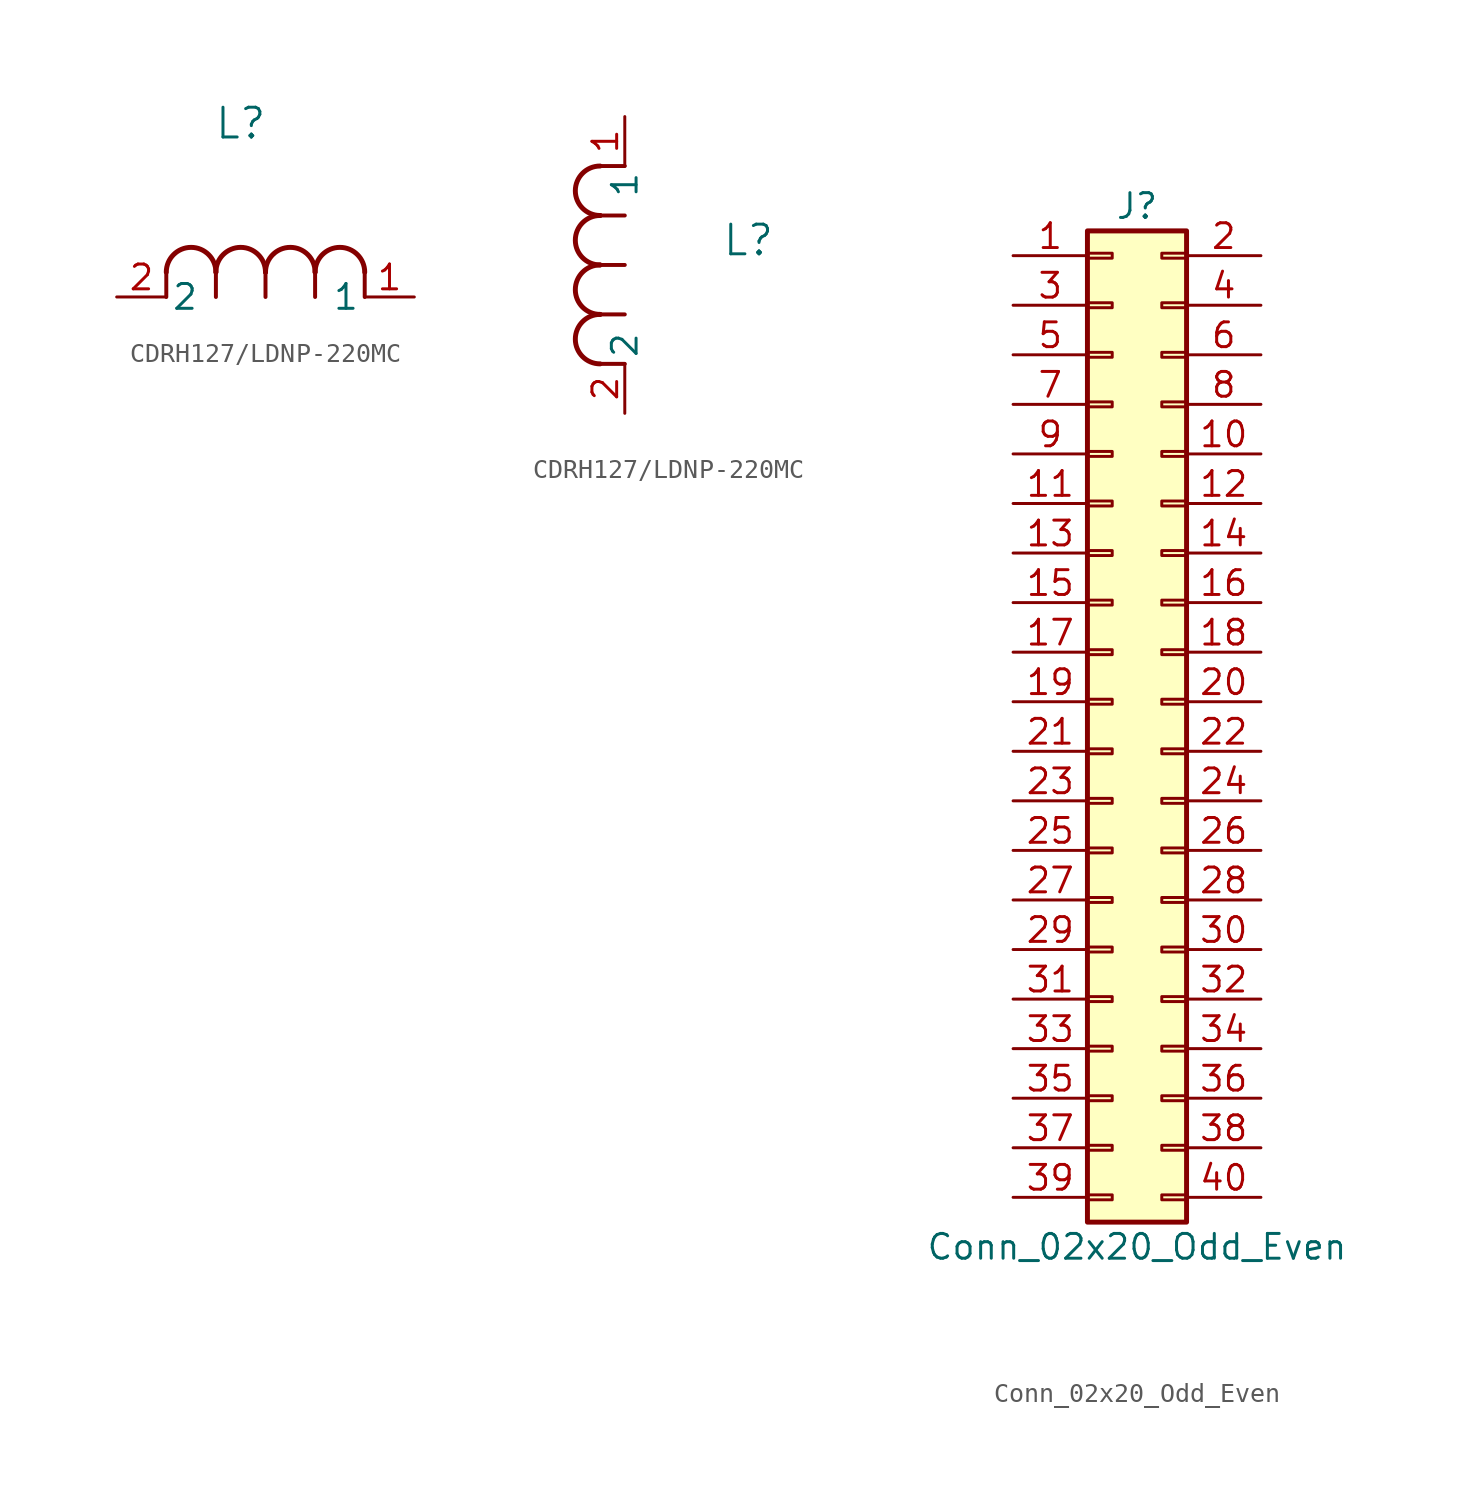
<source format=kicad_sym>
(kicad_symbol_lib
  (version 20241209)
  (generator "kicad_symbol_editor")
  (generator_version "9.0")
  (symbol "CDRH127/LDNP-220MC"
    (pin_names
      (offset 0.254))
    (property "Reference" "L"
      (at 6.35 8.89 0)
      (effects (font (size 1.524 1.524))))
    (symbol "CDRH127/LDNP-220MC_1_1"
      (polyline (pts (xy 2.54 0) (xy 2.54 1.27)) (stroke (width 0.203) (type default)) (fill (type none)))
      (arc (start 2.54 1.27) (mid 3.81 2.5345) (end 5.08 1.27) (stroke (width 0.254) (type default)) (fill (type none)))
      (polyline (pts (xy 5.08 0) (xy 5.08 1.27)) (stroke (width 0.203) (type default)) (fill (type none)))
      (arc (start 5.08 1.27) (mid 6.35 2.5345) (end 7.62 1.27) (stroke (width 0.254) (type default)) (fill (type none)))
      (polyline (pts (xy 7.62 0) (xy 7.62 1.27)) (stroke (width 0.203) (type default)) (fill (type none)))
      (arc (start 7.62 1.27) (mid 8.89 2.5345) (end 10.16 1.27) (stroke (width 0.254) (type default)) (fill (type none)))
      (polyline (pts (xy 10.16 0) (xy 10.16 1.27)) (stroke (width 0.203) (type default)) (fill (type none)))
      (arc (start 10.16 1.27) (mid 11.43 2.5345) (end 12.7 1.27) (stroke (width 0.254) (type default)) (fill (type none)))
      (polyline (pts (xy 12.7 0) (xy 12.7 1.27)) (stroke (width 0.203) (type default)) (fill (type none)))
      (pin unspecified line (at 0 0 0) (length 2.54) (name "2" (effects (font (size 1.27 1.27)))) (number "2" (effects (font (size 1.27 1.27)))))
      (pin unspecified line (at 15.24 0 180) (length 2.54) (name "1" (effects (font (size 1.27 1.27)))) (number "1" (effects (font (size 1.27 1.27))))))
    (symbol "CDRH127/LDNP-220MC_1_2"
      (arc (start -1.27 10.16) (mid -2.5345 11.43) (end -1.27 12.7) (stroke (width 0.254) (type default)) (fill (type none)))
      (arc (start -1.27 7.62) (mid -2.5345 8.89) (end -1.27 10.16) (stroke (width 0.254) (type default)) (fill (type none)))
      (arc (start -1.27 5.08) (mid -2.5345 6.35) (end -1.27 7.62) (stroke (width 0.254) (type default)) (fill (type none)))
      (arc (start -1.27 2.54) (mid -2.5345 3.81) (end -1.27 5.08) (stroke (width 0.254) (type default)) (fill (type none)))
      (polyline (pts (xy 0 12.7) (xy -1.27 12.7)) (stroke (width 0.203) (type default)) (fill (type none)))
      (polyline (pts (xy 0 10.16) (xy -1.27 10.16)) (stroke (width 0.203) (type default)) (fill (type none)))
      (polyline (pts (xy 0 7.62) (xy -1.27 7.62)) (stroke (width 0.203) (type default)) (fill (type none)))
      (polyline (pts (xy 0 5.08) (xy -1.27 5.08)) (stroke (width 0.203) (type default)) (fill (type none)))
      (polyline (pts (xy 0 2.54) (xy -1.27 2.54)) (stroke (width 0.203) (type default)) (fill (type none)))
      (pin unspecified line (at 0 15.24 270) (length 2.54) (name "1" (effects (font (size 1.27 1.27)))) (number "1" (effects (font (size 1.27 1.27)))))
      (pin unspecified line (at 0 0 90) (length 2.54) (name "2" (effects (font (size 1.27 1.27)))) (number "2" (effects (font (size 1.27 1.27)))))))
  (symbol "Conn_02x20_Odd_Even"
    (pin_names
      (offset 1.016)
      (hide yes))
    (property "Reference" "J"
      (at 1.27 25.4 0)
      (effects (font (size 1.27 1.27))))
    (property "Value" "Conn_02x20_Odd_Even"
      (at 1.27 -27.94 0)
      (effects (font (size 1.27 1.27))))
    (symbol "Conn_02x20_Odd_Even_1_1"
      (rectangle (start -1.27 24.13) (end 3.81 -26.67) (stroke (width 0.254) (type default)) (fill (type background)))
      (rectangle (start -1.27 22.987) (end 0 22.733) (stroke (width 0.152) (type default)) (fill (type none)))
      (rectangle (start -1.27 20.447) (end 0 20.193) (stroke (width 0.152) (type default)) (fill (type none)))
      (rectangle (start -1.27 17.907) (end 0 17.653) (stroke (width 0.152) (type default)) (fill (type none)))
      (rectangle (start -1.27 15.367) (end 0 15.113) (stroke (width 0.152) (type default)) (fill (type none)))
      (rectangle (start -1.27 12.827) (end 0 12.573) (stroke (width 0.152) (type default)) (fill (type none)))
      (rectangle (start -1.27 10.287) (end 0 10.033) (stroke (width 0.152) (type default)) (fill (type none)))
      (rectangle (start -1.27 7.747) (end 0 7.493) (stroke (width 0.152) (type default)) (fill (type none)))
      (rectangle (start -1.27 5.207) (end 0 4.953) (stroke (width 0.152) (type default)) (fill (type none)))
      (rectangle (start -1.27 2.667) (end 0 2.413) (stroke (width 0.152) (type default)) (fill (type none)))
      (rectangle (start -1.27 0.127) (end 0 -0.127) (stroke (width 0.152) (type default)) (fill (type none)))
      (rectangle (start -1.27 -2.413) (end 0 -2.667) (stroke (width 0.152) (type default)) (fill (type none)))
      (rectangle (start -1.27 -4.953) (end 0 -5.207) (stroke (width 0.152) (type default)) (fill (type none)))
      (rectangle (start -1.27 -7.493) (end 0 -7.747) (stroke (width 0.152) (type default)) (fill (type none)))
      (rectangle (start -1.27 -10.033) (end 0 -10.287) (stroke (width 0.152) (type default)) (fill (type none)))
      (rectangle (start -1.27 -12.573) (end 0 -12.827) (stroke (width 0.152) (type default)) (fill (type none)))
      (rectangle (start -1.27 -15.113) (end 0 -15.367) (stroke (width 0.152) (type default)) (fill (type none)))
      (rectangle (start -1.27 -17.653) (end 0 -17.907) (stroke (width 0.152) (type default)) (fill (type none)))
      (rectangle (start -1.27 -20.193) (end 0 -20.447) (stroke (width 0.152) (type default)) (fill (type none)))
      (rectangle (start -1.27 -22.733) (end 0 -22.987) (stroke (width 0.152) (type default)) (fill (type none)))
      (rectangle (start -1.27 -25.273) (end 0 -25.527) (stroke (width 0.152) (type default)) (fill (type none)))
      (rectangle (start 3.81 22.987) (end 2.54 22.733) (stroke (width 0.152) (type default)) (fill (type none)))
      (rectangle (start 3.81 20.447) (end 2.54 20.193) (stroke (width 0.152) (type default)) (fill (type none)))
      (rectangle (start 3.81 17.907) (end 2.54 17.653) (stroke (width 0.152) (type default)) (fill (type none)))
      (rectangle (start 3.81 15.367) (end 2.54 15.113) (stroke (width 0.152) (type default)) (fill (type none)))
      (rectangle (start 3.81 12.827) (end 2.54 12.573) (stroke (width 0.152) (type default)) (fill (type none)))
      (rectangle (start 3.81 10.287) (end 2.54 10.033) (stroke (width 0.152) (type default)) (fill (type none)))
      (rectangle (start 3.81 7.747) (end 2.54 7.493) (stroke (width 0.152) (type default)) (fill (type none)))
      (rectangle (start 3.81 5.207) (end 2.54 4.953) (stroke (width 0.152) (type default)) (fill (type none)))
      (rectangle (start 3.81 2.667) (end 2.54 2.413) (stroke (width 0.152) (type default)) (fill (type none)))
      (rectangle (start 3.81 0.127) (end 2.54 -0.127) (stroke (width 0.152) (type default)) (fill (type none)))
      (rectangle (start 3.81 -2.413) (end 2.54 -2.667) (stroke (width 0.152) (type default)) (fill (type none)))
      (rectangle (start 3.81 -4.953) (end 2.54 -5.207) (stroke (width 0.152) (type default)) (fill (type none)))
      (rectangle (start 3.81 -7.493) (end 2.54 -7.747) (stroke (width 0.152) (type default)) (fill (type none)))
      (rectangle (start 3.81 -10.033) (end 2.54 -10.287) (stroke (width 0.152) (type default)) (fill (type none)))
      (rectangle (start 3.81 -12.573) (end 2.54 -12.827) (stroke (width 0.152) (type default)) (fill (type none)))
      (rectangle (start 3.81 -15.113) (end 2.54 -15.367) (stroke (width 0.152) (type default)) (fill (type none)))
      (rectangle (start 3.81 -17.653) (end 2.54 -17.907) (stroke (width 0.152) (type default)) (fill (type none)))
      (rectangle (start 3.81 -20.193) (end 2.54 -20.447) (stroke (width 0.152) (type default)) (fill (type none)))
      (rectangle (start 3.81 -22.733) (end 2.54 -22.987) (stroke (width 0.152) (type default)) (fill (type none)))
      (rectangle (start 3.81 -25.273) (end 2.54 -25.527) (stroke (width 0.152) (type default)) (fill (type none)))
      (pin passive line (at -5.08 22.86 0) (length 3.81) (name "Pin_1" (effects (font (size 1.27 1.27)))) (number "1" (effects (font (size 1.27 1.27)))))
      (pin passive line (at -5.08 20.32 0) (length 3.81) (name "Pin_3" (effects (font (size 1.27 1.27)))) (number "3" (effects (font (size 1.27 1.27)))))
      (pin passive line (at -5.08 17.78 0) (length 3.81) (name "Pin_5" (effects (font (size 1.27 1.27)))) (number "5" (effects (font (size 1.27 1.27)))))
      (pin passive line (at -5.08 15.24 0) (length 3.81) (name "Pin_7" (effects (font (size 1.27 1.27)))) (number "7" (effects (font (size 1.27 1.27)))))
      (pin passive line (at -5.08 12.7 0) (length 3.81) (name "Pin_9" (effects (font (size 1.27 1.27)))) (number "9" (effects (font (size 1.27 1.27)))))
      (pin passive line (at -5.08 10.16 0) (length 3.81) (name "Pin_11" (effects (font (size 1.27 1.27)))) (number "11" (effects (font (size 1.27 1.27)))))
      (pin passive line (at -5.08 7.62 0) (length 3.81) (name "Pin_13" (effects (font (size 1.27 1.27)))) (number "13" (effects (font (size 1.27 1.27)))))
      (pin passive line (at -5.08 5.08 0) (length 3.81) (name "Pin_15" (effects (font (size 1.27 1.27)))) (number "15" (effects (font (size 1.27 1.27)))))
      (pin passive line (at -5.08 2.54 0) (length 3.81) (name "Pin_17" (effects (font (size 1.27 1.27)))) (number "17" (effects (font (size 1.27 1.27)))))
      (pin passive line (at -5.08 0 0) (length 3.81) (name "Pin_19" (effects (font (size 1.27 1.27)))) (number "19" (effects (font (size 1.27 1.27)))))
      (pin passive line (at -5.08 -2.54 0) (length 3.81) (name "Pin_21" (effects (font (size 1.27 1.27)))) (number "21" (effects (font (size 1.27 1.27)))))
      (pin passive line (at -5.08 -5.08 0) (length 3.81) (name "Pin_23" (effects (font (size 1.27 1.27)))) (number "23" (effects (font (size 1.27 1.27)))))
      (pin passive line (at -5.08 -7.62 0) (length 3.81) (name "Pin_25" (effects (font (size 1.27 1.27)))) (number "25" (effects (font (size 1.27 1.27)))))
      (pin passive line (at -5.08 -10.16 0) (length 3.81) (name "Pin_27" (effects (font (size 1.27 1.27)))) (number "27" (effects (font (size 1.27 1.27)))))
      (pin passive line (at -5.08 -12.7 0) (length 3.81) (name "Pin_29" (effects (font (size 1.27 1.27)))) (number "29" (effects (font (size 1.27 1.27)))))
      (pin passive line (at -5.08 -15.24 0) (length 3.81) (name "Pin_31" (effects (font (size 1.27 1.27)))) (number "31" (effects (font (size 1.27 1.27)))))
      (pin passive line (at -5.08 -17.78 0) (length 3.81) (name "Pin_33" (effects (font (size 1.27 1.27)))) (number "33" (effects (font (size 1.27 1.27)))))
      (pin passive line (at -5.08 -20.32 0) (length 3.81) (name "Pin_35" (effects (font (size 1.27 1.27)))) (number "35" (effects (font (size 1.27 1.27)))))
      (pin passive line (at -5.08 -22.86 0) (length 3.81) (name "Pin_37" (effects (font (size 1.27 1.27)))) (number "37" (effects (font (size 1.27 1.27)))))
      (pin passive line (at -5.08 -25.4 0) (length 3.81) (name "Pin_39" (effects (font (size 1.27 1.27)))) (number "39" (effects (font (size 1.27 1.27)))))
      (pin passive line (at 7.62 22.86 180) (length 3.81) (name "Pin_2" (effects (font (size 1.27 1.27)))) (number "2" (effects (font (size 1.27 1.27)))))
      (pin passive line (at 7.62 20.32 180) (length 3.81) (name "Pin_4" (effects (font (size 1.27 1.27)))) (number "4" (effects (font (size 1.27 1.27)))))
      (pin passive line (at 7.62 17.78 180) (length 3.81) (name "Pin_6" (effects (font (size 1.27 1.27)))) (number "6" (effects (font (size 1.27 1.27)))))
      (pin passive line (at 7.62 15.24 180) (length 3.81) (name "Pin_8" (effects (font (size 1.27 1.27)))) (number "8" (effects (font (size 1.27 1.27)))))
      (pin passive line (at 7.62 12.7 180) (length 3.81) (name "Pin_10" (effects (font (size 1.27 1.27)))) (number "10" (effects (font (size 1.27 1.27)))))
      (pin passive line (at 7.62 10.16 180) (length 3.81) (name "Pin_12" (effects (font (size 1.27 1.27)))) (number "12" (effects (font (size 1.27 1.27)))))
      (pin passive line (at 7.62 7.62 180) (length 3.81) (name "Pin_14" (effects (font (size 1.27 1.27)))) (number "14" (effects (font (size 1.27 1.27)))))
      (pin passive line (at 7.62 5.08 180) (length 3.81) (name "Pin_16" (effects (font (size 1.27 1.27)))) (number "16" (effects (font (size 1.27 1.27)))))
      (pin passive line (at 7.62 2.54 180) (length 3.81) (name "Pin_18" (effects (font (size 1.27 1.27)))) (number "18" (effects (font (size 1.27 1.27)))))
      (pin passive line (at 7.62 0 180) (length 3.81) (name "Pin_20" (effects (font (size 1.27 1.27)))) (number "20" (effects (font (size 1.27 1.27)))))
      (pin passive line (at 7.62 -2.54 180) (length 3.81) (name "Pin_22" (effects (font (size 1.27 1.27)))) (number "22" (effects (font (size 1.27 1.27)))))
      (pin passive line (at 7.62 -5.08 180) (length 3.81) (name "Pin_24" (effects (font (size 1.27 1.27)))) (number "24" (effects (font (size 1.27 1.27)))))
      (pin passive line (at 7.62 -7.62 180) (length 3.81) (name "Pin_26" (effects (font (size 1.27 1.27)))) (number "26" (effects (font (size 1.27 1.27)))))
      (pin passive line (at 7.62 -10.16 180) (length 3.81) (name "Pin_28" (effects (font (size 1.27 1.27)))) (number "28" (effects (font (size 1.27 1.27)))))
      (pin passive line (at 7.62 -12.7 180) (length 3.81) (name "Pin_30" (effects (font (size 1.27 1.27)))) (number "30" (effects (font (size 1.27 1.27)))))
      (pin passive line (at 7.62 -15.24 180) (length 3.81) (name "Pin_32" (effects (font (size 1.27 1.27)))) (number "32" (effects (font (size 1.27 1.27)))))
      (pin passive line (at 7.62 -17.78 180) (length 3.81) (name "Pin_34" (effects (font (size 1.27 1.27)))) (number "34" (effects (font (size 1.27 1.27)))))
      (pin passive line (at 7.62 -20.32 180) (length 3.81) (name "Pin_36" (effects (font (size 1.27 1.27)))) (number "36" (effects (font (size 1.27 1.27)))))
      (pin passive line (at 7.62 -22.86 180) (length 3.81) (name "Pin_38" (effects (font (size 1.27 1.27)))) (number "38" (effects (font (size 1.27 1.27)))))
      (pin passive line (at 7.62 -25.4 180) (length 3.81) (name "Pin_40" (effects (font (size 1.27 1.27)))) (number "40" (effects (font (size 1.27 1.27))))))))
</source>
